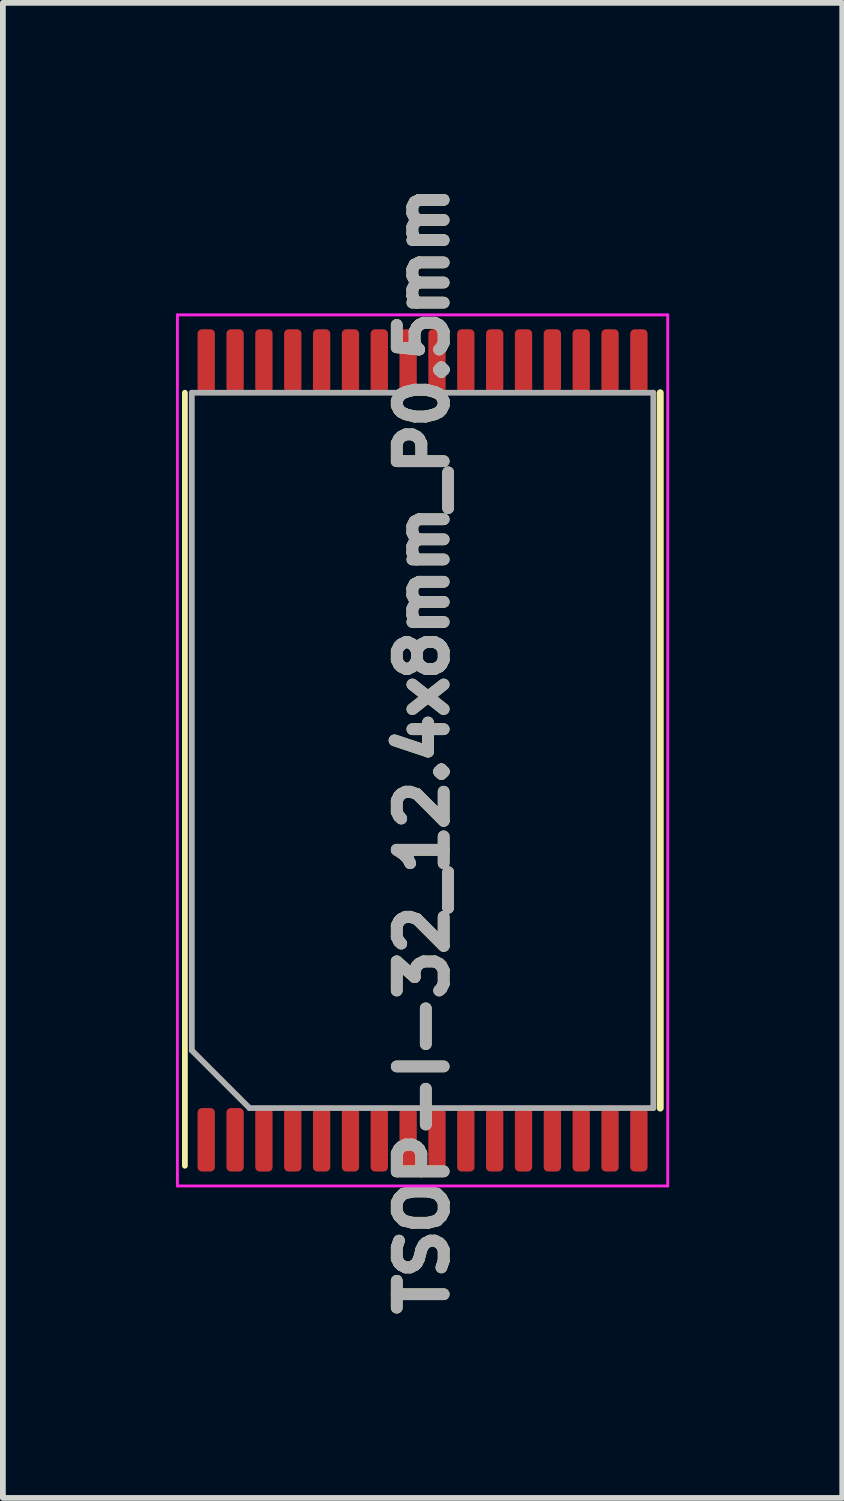
<source format=kicad_pcb>
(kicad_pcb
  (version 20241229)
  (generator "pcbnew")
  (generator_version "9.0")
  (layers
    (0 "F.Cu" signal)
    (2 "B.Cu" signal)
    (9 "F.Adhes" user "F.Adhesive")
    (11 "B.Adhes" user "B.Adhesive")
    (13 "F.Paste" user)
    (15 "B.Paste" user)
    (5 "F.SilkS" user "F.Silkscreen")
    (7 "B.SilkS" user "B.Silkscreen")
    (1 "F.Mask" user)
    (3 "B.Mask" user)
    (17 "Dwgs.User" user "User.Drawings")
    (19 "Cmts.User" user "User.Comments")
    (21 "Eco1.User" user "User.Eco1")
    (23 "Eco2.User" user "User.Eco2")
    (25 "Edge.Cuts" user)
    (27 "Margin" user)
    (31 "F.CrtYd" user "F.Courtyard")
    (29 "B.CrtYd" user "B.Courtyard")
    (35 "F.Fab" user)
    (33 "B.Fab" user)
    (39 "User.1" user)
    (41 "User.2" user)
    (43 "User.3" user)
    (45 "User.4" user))
  (footprint "TSOP-I-32_12.4x8mm_P0.5mm"
    (layer "F.Cu")
    (at 4.275 9.958)
    (property "Reference" "TSOP-I-32_12.4x8mm_P0.5mm" (at 0 0 90) (layer "F.Fab") (effects (font (size 0.813 0.813) (thickness 0.203))))
    (attr smd)
    (fp_line (start -4.12 -6.2) (end -4.12 7.2) (stroke (width 0.1) (type solid)) (layer "F.SilkS"))
    (fp_line (start 4.12 6.2) (end 4.12 -6.2) (stroke (width 0.12) (type solid)) (layer "F.SilkS"))
    (fp_line (start -4.25 -7.55) (end 4.25 -7.55) (stroke (width 0.05) (type solid)) (layer "F.CrtYd"))
    (fp_line (start -4.25 7.55) (end -4.25 -7.55) (stroke (width 0.05) (type solid)) (layer "F.CrtYd"))
    (fp_line (start 4.25 -7.55) (end 4.25 7.55) (stroke (width 0.05) (type solid)) (layer "F.CrtYd"))
    (fp_line (start 4.25 7.55) (end -4.25 7.55) (stroke (width 0.05) (type solid)) (layer "F.CrtYd"))
    (fp_line (start -4 -6.2) (end 4 -6.2) (stroke (width 0.1) (type solid)) (layer "F.Fab"))
    (fp_line (start -4 5.2) (end -4 -6.2) (stroke (width 0.1) (type solid)) (layer "F.Fab"))
    (fp_line (start -4 5.2) (end -3 6.2) (stroke (width 0.1) (type solid)) (layer "F.Fab"))
    (fp_line (start 4 -6.2) (end 4 6.2) (stroke (width 0.1) (type solid)) (layer "F.Fab"))
    (fp_line (start 4 6.2) (end -3 6.2) (stroke (width 0.1) (type solid)) (layer "F.Fab"))
    (fp_text user "${REFERENCE}" (at 0 0 90) (layer "F.SilkS") (effects (font (size 0.813 0.813) (thickness 0.203))))
    (pad "1" smd roundrect (at -3.75 6.75 90) (size 1.1 0.3) (layers "F.Cu" "F.Mask" "F.Paste") (roundrect_rratio 0.25))
    (pad "2" smd roundrect (at -3.25 6.75 90) (size 1.1 0.3) (layers "F.Cu" "F.Mask" "F.Paste") (roundrect_rratio 0.25))
    (pad "3" smd roundrect (at -2.75 6.75 90) (size 1.1 0.3) (layers "F.Cu" "F.Mask" "F.Paste") (roundrect_rratio 0.25))
    (pad "4" smd roundrect (at -2.25 6.75 90) (size 1.1 0.3) (layers "F.Cu" "F.Mask" "F.Paste") (roundrect_rratio 0.25))
    (pad "5" smd roundrect (at -1.75 6.75 90) (size 1.1 0.3) (layers "F.Cu" "F.Mask" "F.Paste") (roundrect_rratio 0.25))
    (pad "6" smd roundrect (at -1.25 6.75 90) (size 1.1 0.3) (layers "F.Cu" "F.Mask" "F.Paste") (roundrect_rratio 0.25))
    (pad "7" smd roundrect (at -0.75 6.75 90) (size 1.1 0.3) (layers "F.Cu" "F.Mask" "F.Paste") (roundrect_rratio 0.25))
    (pad "8" smd roundrect (at -0.25 6.75 90) (size 1.1 0.3) (layers "F.Cu" "F.Mask" "F.Paste") (roundrect_rratio 0.25))
    (pad "9" smd roundrect (at 0.25 6.75 90) (size 1.1 0.3) (layers "F.Cu" "F.Mask" "F.Paste") (roundrect_rratio 0.25))
    (pad "10" smd roundrect (at 0.75 6.75 90) (size 1.1 0.3) (layers "F.Cu" "F.Mask" "F.Paste") (roundrect_rratio 0.25))
    (pad "11" smd roundrect (at 1.25 6.75 90) (size 1.1 0.3) (layers "F.Cu" "F.Mask" "F.Paste") (roundrect_rratio 0.25))
    (pad "12" smd roundrect (at 1.75 6.75 90) (size 1.1 0.3) (layers "F.Cu" "F.Mask" "F.Paste") (roundrect_rratio 0.25))
    (pad "13" smd roundrect (at 2.25 6.75 90) (size 1.1 0.3) (layers "F.Cu" "F.Mask" "F.Paste") (roundrect_rratio 0.25))
    (pad "14" smd roundrect (at 2.75 6.75 90) (size 1.1 0.3) (layers "F.Cu" "F.Mask" "F.Paste") (roundrect_rratio 0.25))
    (pad "15" smd roundrect (at 3.25 6.75 90) (size 1.1 0.3) (layers "F.Cu" "F.Mask" "F.Paste") (roundrect_rratio 0.25))
    (pad "16" smd roundrect (at 3.75 6.75 90) (size 1.1 0.3) (layers "F.Cu" "F.Mask" "F.Paste") (roundrect_rratio 0.25))
    (pad "17" smd roundrect (at 3.75 -6.75 90) (size 1.1 0.3) (layers "F.Cu" "F.Mask" "F.Paste") (roundrect_rratio 0.25))
    (pad "18" smd roundrect (at 3.25 -6.75 90) (size 1.1 0.3) (layers "F.Cu" "F.Mask" "F.Paste") (roundrect_rratio 0.25))
    (pad "19" smd roundrect (at 2.75 -6.75 90) (size 1.1 0.3) (layers "F.Cu" "F.Mask" "F.Paste") (roundrect_rratio 0.25))
    (pad "20" smd roundrect (at 2.25 -6.75 90) (size 1.1 0.3) (layers "F.Cu" "F.Mask" "F.Paste") (roundrect_rratio 0.25))
    (pad "21" smd roundrect (at 1.75 -6.75 90) (size 1.1 0.3) (layers "F.Cu" "F.Mask" "F.Paste") (roundrect_rratio 0.25))
    (pad "22" smd roundrect (at 1.25 -6.75 90) (size 1.1 0.3) (layers "F.Cu" "F.Mask" "F.Paste") (roundrect_rratio 0.25))
    (pad "23" smd roundrect (at 0.75 -6.75 90) (size 1.1 0.3) (layers "F.Cu" "F.Mask" "F.Paste") (roundrect_rratio 0.25))
    (pad "24" smd roundrect (at 0.25 -6.75 90) (size 1.1 0.3) (layers "F.Cu" "F.Mask" "F.Paste") (roundrect_rratio 0.25))
    (pad "25" smd roundrect (at -0.25 -6.75 90) (size 1.1 0.3) (layers "F.Cu" "F.Mask" "F.Paste") (roundrect_rratio 0.25))
    (pad "26" smd roundrect (at -0.75 -6.75 90) (size 1.1 0.3) (layers "F.Cu" "F.Mask" "F.Paste") (roundrect_rratio 0.25))
    (pad "27" smd roundrect (at -1.25 -6.75 90) (size 1.1 0.3) (layers "F.Cu" "F.Mask" "F.Paste") (roundrect_rratio 0.25))
    (pad "28" smd roundrect (at -1.75 -6.75 90) (size 1.1 0.3) (layers "F.Cu" "F.Mask" "F.Paste") (roundrect_rratio 0.25))
    (pad "29" smd roundrect (at -2.25 -6.75 90) (size 1.1 0.3) (layers "F.Cu" "F.Mask" "F.Paste") (roundrect_rratio 0.25))
    (pad "30" smd roundrect (at -2.75 -6.75 90) (size 1.1 0.3) (layers "F.Cu" "F.Mask" "F.Paste") (roundrect_rratio 0.25))
    (pad "31" smd roundrect (at -3.25 -6.75 90) (size 1.1 0.3) (layers "F.Cu" "F.Mask" "F.Paste") (roundrect_rratio 0.25))
    (pad "32" smd roundrect (at -3.75 -6.75 90) (size 1.1 0.3) (layers "F.Cu" "F.Mask" "F.Paste") (roundrect_rratio 0.25)))
  (gr_rect
    (start -3 -3)
    (end 11.55 22.916)
    (stroke (width 0.1) (type default))
    (fill no)
    (layer "Edge.Cuts")))
</source>
